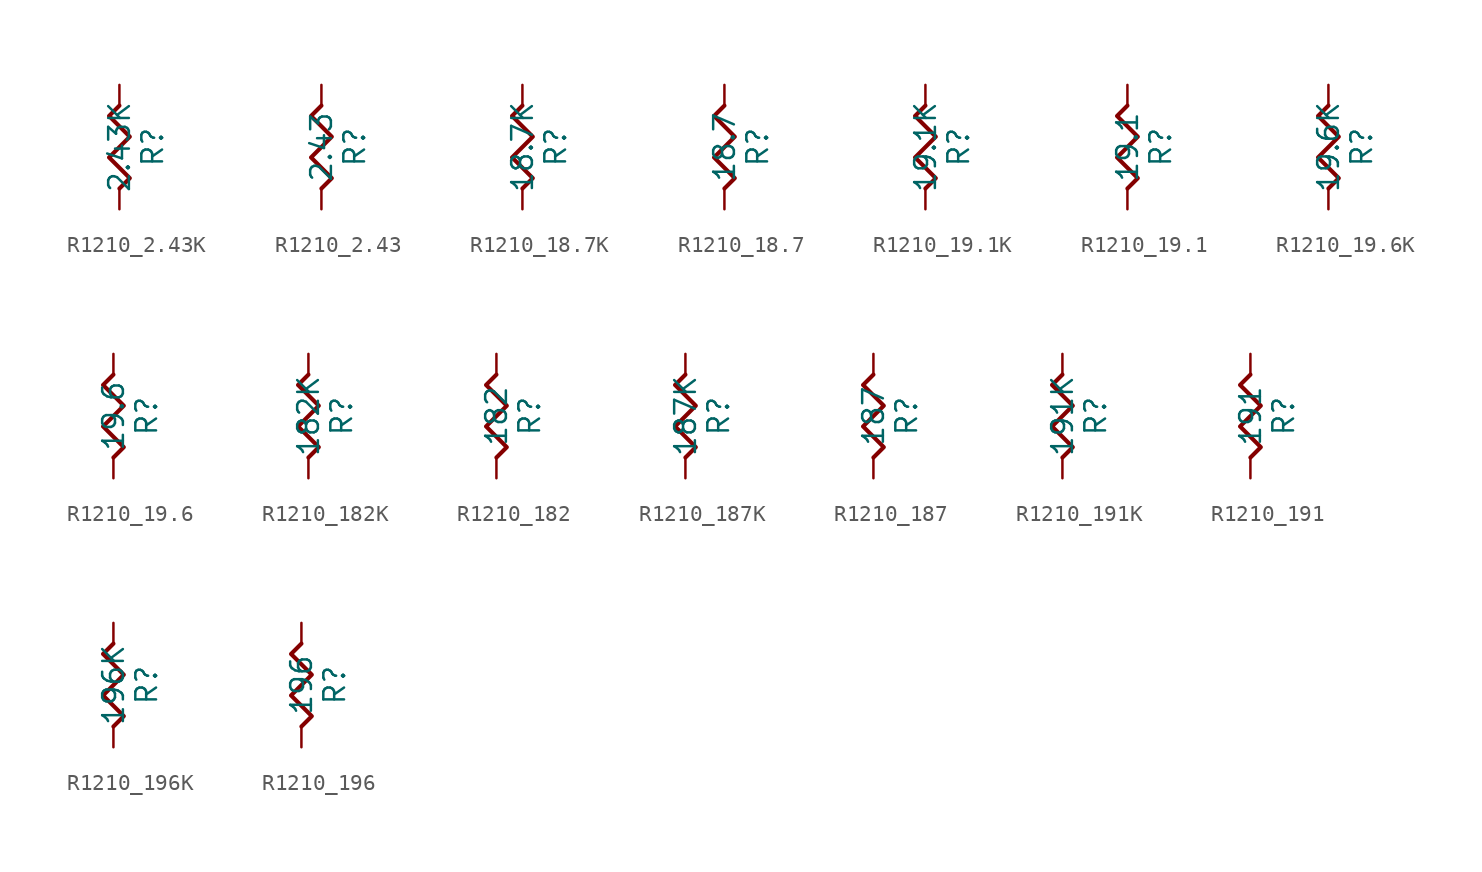
<source format=kicad_sym>
(kicad_symbol_lib
  (version 20211014)
  (generator atlantix-eda)
  (symbol "R1210_2.43K"
    (pin_numbers hide)
    (pin_names
      (offset 0))
    (property "Reference" "R"
      (at 2.032 0 90)
      (effects (font (size 1.27 1.27))))
    (property "Value" "2.43K"
      (at 0 0 90)
      (effects (font (size 1.27 1.27))))
    (symbol "R1210_2.43K_0_1"
      (polyline (pts (xy 0 -2.54) (xy 0.635 -1.905) (xy -0.635 -0.635) (xy 0.635 0.635) (xy -0.635 1.905) (xy 0 2.54)) (stroke (width 0.254) (type default) (color 0 0 0 0)) (fill (type none))))
    (symbol "R1210_2.43K_1_1"
      (pin passive line (at 0 3.81 270) (length 1.27) (name "~" (effects (font (size 1.27 1.27)))) (number "1" (effects (font (size 1.27 1.27)))))
      (pin passive line (at 0 -3.81 90) (length 1.27) (name "~" (effects (font (size 1.27 1.27)))) (number "2" (effects (font (size 1.27 1.27)))))))
  (symbol "R1210_2.43"
    (pin_numbers hide)
    (pin_names
      (offset 0))
    (property "Reference" "R"
      (at 2.032 0 90)
      (effects (font (size 1.27 1.27))))
    (property "Value" "2.43"
      (at 0 0 90)
      (effects (font (size 1.27 1.27))))
    (symbol "R1210_2.43_0_1"
      (polyline (pts (xy 0 -2.54) (xy 0.635 -1.905) (xy -0.635 -0.635) (xy 0.635 0.635) (xy -0.635 1.905) (xy 0 2.54)) (stroke (width 0.254) (type default) (color 0 0 0 0)) (fill (type none))))
    (symbol "R1210_2.43_1_1"
      (pin passive line (at 0 3.81 270) (length 1.27) (name "~" (effects (font (size 1.27 1.27)))) (number "1" (effects (font (size 1.27 1.27)))))
      (pin passive line (at 0 -3.81 90) (length 1.27) (name "~" (effects (font (size 1.27 1.27)))) (number "2" (effects (font (size 1.27 1.27)))))))
  (symbol "R1210_18.7K"
    (pin_numbers hide)
    (pin_names
      (offset 0))
    (property "Reference" "R"
      (at 2.032 0 90)
      (effects (font (size 1.27 1.27))))
    (property "Value" "18.7K"
      (at 0 0 90)
      (effects (font (size 1.27 1.27))))
    (symbol "R1210_18.7K_0_1"
      (polyline (pts (xy 0 -2.54) (xy 0.635 -1.905) (xy -0.635 -0.635) (xy 0.635 0.635) (xy -0.635 1.905) (xy 0 2.54)) (stroke (width 0.254) (type default) (color 0 0 0 0)) (fill (type none))))
    (symbol "R1210_18.7K_1_1"
      (pin passive line (at 0 3.81 270) (length 1.27) (name "~" (effects (font (size 1.27 1.27)))) (number "1" (effects (font (size 1.27 1.27)))))
      (pin passive line (at 0 -3.81 90) (length 1.27) (name "~" (effects (font (size 1.27 1.27)))) (number "2" (effects (font (size 1.27 1.27)))))))
  (symbol "R1210_18.7"
    (pin_numbers hide)
    (pin_names
      (offset 0))
    (property "Reference" "R"
      (at 2.032 0 90)
      (effects (font (size 1.27 1.27))))
    (property "Value" "18.7"
      (at 0 0 90)
      (effects (font (size 1.27 1.27))))
    (symbol "R1210_18.7_0_1"
      (polyline (pts (xy 0 -2.54) (xy 0.635 -1.905) (xy -0.635 -0.635) (xy 0.635 0.635) (xy -0.635 1.905) (xy 0 2.54)) (stroke (width 0.254) (type default) (color 0 0 0 0)) (fill (type none))))
    (symbol "R1210_18.7_1_1"
      (pin passive line (at 0 3.81 270) (length 1.27) (name "~" (effects (font (size 1.27 1.27)))) (number "1" (effects (font (size 1.27 1.27)))))
      (pin passive line (at 0 -3.81 90) (length 1.27) (name "~" (effects (font (size 1.27 1.27)))) (number "2" (effects (font (size 1.27 1.27)))))))
  (symbol "R1210_19.1K"
    (pin_numbers hide)
    (pin_names
      (offset 0))
    (property "Reference" "R"
      (at 2.032 0 90)
      (effects (font (size 1.27 1.27))))
    (property "Value" "19.1K"
      (at 0 0 90)
      (effects (font (size 1.27 1.27))))
    (symbol "R1210_19.1K_0_1"
      (polyline (pts (xy 0 -2.54) (xy 0.635 -1.905) (xy -0.635 -0.635) (xy 0.635 0.635) (xy -0.635 1.905) (xy 0 2.54)) (stroke (width 0.254) (type default) (color 0 0 0 0)) (fill (type none))))
    (symbol "R1210_19.1K_1_1"
      (pin passive line (at 0 3.81 270) (length 1.27) (name "~" (effects (font (size 1.27 1.27)))) (number "1" (effects (font (size 1.27 1.27)))))
      (pin passive line (at 0 -3.81 90) (length 1.27) (name "~" (effects (font (size 1.27 1.27)))) (number "2" (effects (font (size 1.27 1.27)))))))
  (symbol "R1210_19.1"
    (pin_numbers hide)
    (pin_names
      (offset 0))
    (property "Reference" "R"
      (at 2.032 0 90)
      (effects (font (size 1.27 1.27))))
    (property "Value" "19.1"
      (at 0 0 90)
      (effects (font (size 1.27 1.27))))
    (symbol "R1210_19.1_0_1"
      (polyline (pts (xy 0 -2.54) (xy 0.635 -1.905) (xy -0.635 -0.635) (xy 0.635 0.635) (xy -0.635 1.905) (xy 0 2.54)) (stroke (width 0.254) (type default) (color 0 0 0 0)) (fill (type none))))
    (symbol "R1210_19.1_1_1"
      (pin passive line (at 0 3.81 270) (length 1.27) (name "~" (effects (font (size 1.27 1.27)))) (number "1" (effects (font (size 1.27 1.27)))))
      (pin passive line (at 0 -3.81 90) (length 1.27) (name "~" (effects (font (size 1.27 1.27)))) (number "2" (effects (font (size 1.27 1.27)))))))
  (symbol "R1210_19.6K"
    (pin_numbers hide)
    (pin_names
      (offset 0))
    (property "Reference" "R"
      (at 2.032 0 90)
      (effects (font (size 1.27 1.27))))
    (property "Value" "19.6K"
      (at 0 0 90)
      (effects (font (size 1.27 1.27))))
    (symbol "R1210_19.6K_0_1"
      (polyline (pts (xy 0 -2.54) (xy 0.635 -1.905) (xy -0.635 -0.635) (xy 0.635 0.635) (xy -0.635 1.905) (xy 0 2.54)) (stroke (width 0.254) (type default) (color 0 0 0 0)) (fill (type none))))
    (symbol "R1210_19.6K_1_1"
      (pin passive line (at 0 3.81 270) (length 1.27) (name "~" (effects (font (size 1.27 1.27)))) (number "1" (effects (font (size 1.27 1.27)))))
      (pin passive line (at 0 -3.81 90) (length 1.27) (name "~" (effects (font (size 1.27 1.27)))) (number "2" (effects (font (size 1.27 1.27)))))))
  (symbol "R1210_19.6"
    (pin_numbers hide)
    (pin_names
      (offset 0))
    (property "Reference" "R"
      (at 2.032 0 90)
      (effects (font (size 1.27 1.27))))
    (property "Value" "19.6"
      (at 0 0 90)
      (effects (font (size 1.27 1.27))))
    (symbol "R1210_19.6_0_1"
      (polyline (pts (xy 0 -2.54) (xy 0.635 -1.905) (xy -0.635 -0.635) (xy 0.635 0.635) (xy -0.635 1.905) (xy 0 2.54)) (stroke (width 0.254) (type default) (color 0 0 0 0)) (fill (type none))))
    (symbol "R1210_19.6_1_1"
      (pin passive line (at 0 3.81 270) (length 1.27) (name "~" (effects (font (size 1.27 1.27)))) (number "1" (effects (font (size 1.27 1.27)))))
      (pin passive line (at 0 -3.81 90) (length 1.27) (name "~" (effects (font (size 1.27 1.27)))) (number "2" (effects (font (size 1.27 1.27)))))))
  (symbol "R1210_182K"
    (pin_numbers hide)
    (pin_names
      (offset 0))
    (property "Reference" "R"
      (at 2.032 0 90)
      (effects (font (size 1.27 1.27))))
    (property "Value" "182K"
      (at 0 0 90)
      (effects (font (size 1.27 1.27))))
    (symbol "R1210_182K_0_1"
      (polyline (pts (xy 0 -2.54) (xy 0.635 -1.905) (xy -0.635 -0.635) (xy 0.635 0.635) (xy -0.635 1.905) (xy 0 2.54)) (stroke (width 0.254) (type default) (color 0 0 0 0)) (fill (type none))))
    (symbol "R1210_182K_1_1"
      (pin passive line (at 0 3.81 270) (length 1.27) (name "~" (effects (font (size 1.27 1.27)))) (number "1" (effects (font (size 1.27 1.27)))))
      (pin passive line (at 0 -3.81 90) (length 1.27) (name "~" (effects (font (size 1.27 1.27)))) (number "2" (effects (font (size 1.27 1.27)))))))
  (symbol "R1210_182"
    (pin_numbers hide)
    (pin_names
      (offset 0))
    (property "Reference" "R"
      (at 2.032 0 90)
      (effects (font (size 1.27 1.27))))
    (property "Value" "182"
      (at 0 0 90)
      (effects (font (size 1.27 1.27))))
    (symbol "R1210_182_0_1"
      (polyline (pts (xy 0 -2.54) (xy 0.635 -1.905) (xy -0.635 -0.635) (xy 0.635 0.635) (xy -0.635 1.905) (xy 0 2.54)) (stroke (width 0.254) (type default) (color 0 0 0 0)) (fill (type none))))
    (symbol "R1210_182_1_1"
      (pin passive line (at 0 3.81 270) (length 1.27) (name "~" (effects (font (size 1.27 1.27)))) (number "1" (effects (font (size 1.27 1.27)))))
      (pin passive line (at 0 -3.81 90) (length 1.27) (name "~" (effects (font (size 1.27 1.27)))) (number "2" (effects (font (size 1.27 1.27)))))))
  (symbol "R1210_187K"
    (pin_numbers hide)
    (pin_names
      (offset 0))
    (property "Reference" "R"
      (at 2.032 0 90)
      (effects (font (size 1.27 1.27))))
    (property "Value" "187K"
      (at 0 0 90)
      (effects (font (size 1.27 1.27))))
    (symbol "R1210_187K_0_1"
      (polyline (pts (xy 0 -2.54) (xy 0.635 -1.905) (xy -0.635 -0.635) (xy 0.635 0.635) (xy -0.635 1.905) (xy 0 2.54)) (stroke (width 0.254) (type default) (color 0 0 0 0)) (fill (type none))))
    (symbol "R1210_187K_1_1"
      (pin passive line (at 0 3.81 270) (length 1.27) (name "~" (effects (font (size 1.27 1.27)))) (number "1" (effects (font (size 1.27 1.27)))))
      (pin passive line (at 0 -3.81 90) (length 1.27) (name "~" (effects (font (size 1.27 1.27)))) (number "2" (effects (font (size 1.27 1.27)))))))
  (symbol "R1210_187"
    (pin_numbers hide)
    (pin_names
      (offset 0))
    (property "Reference" "R"
      (at 2.032 0 90)
      (effects (font (size 1.27 1.27))))
    (property "Value" "187"
      (at 0 0 90)
      (effects (font (size 1.27 1.27))))
    (symbol "R1210_187_0_1"
      (polyline (pts (xy 0 -2.54) (xy 0.635 -1.905) (xy -0.635 -0.635) (xy 0.635 0.635) (xy -0.635 1.905) (xy 0 2.54)) (stroke (width 0.254) (type default) (color 0 0 0 0)) (fill (type none))))
    (symbol "R1210_187_1_1"
      (pin passive line (at 0 3.81 270) (length 1.27) (name "~" (effects (font (size 1.27 1.27)))) (number "1" (effects (font (size 1.27 1.27)))))
      (pin passive line (at 0 -3.81 90) (length 1.27) (name "~" (effects (font (size 1.27 1.27)))) (number "2" (effects (font (size 1.27 1.27)))))))
  (symbol "R1210_191K"
    (pin_numbers hide)
    (pin_names
      (offset 0))
    (property "Reference" "R"
      (at 2.032 0 90)
      (effects (font (size 1.27 1.27))))
    (property "Value" "191K"
      (at 0 0 90)
      (effects (font (size 1.27 1.27))))
    (symbol "R1210_191K_0_1"
      (polyline (pts (xy 0 -2.54) (xy 0.635 -1.905) (xy -0.635 -0.635) (xy 0.635 0.635) (xy -0.635 1.905) (xy 0 2.54)) (stroke (width 0.254) (type default) (color 0 0 0 0)) (fill (type none))))
    (symbol "R1210_191K_1_1"
      (pin passive line (at 0 3.81 270) (length 1.27) (name "~" (effects (font (size 1.27 1.27)))) (number "1" (effects (font (size 1.27 1.27)))))
      (pin passive line (at 0 -3.81 90) (length 1.27) (name "~" (effects (font (size 1.27 1.27)))) (number "2" (effects (font (size 1.27 1.27)))))))
  (symbol "R1210_191"
    (pin_numbers hide)
    (pin_names
      (offset 0))
    (property "Reference" "R"
      (at 2.032 0 90)
      (effects (font (size 1.27 1.27))))
    (property "Value" "191"
      (at 0 0 90)
      (effects (font (size 1.27 1.27))))
    (symbol "R1210_191_0_1"
      (polyline (pts (xy 0 -2.54) (xy 0.635 -1.905) (xy -0.635 -0.635) (xy 0.635 0.635) (xy -0.635 1.905) (xy 0 2.54)) (stroke (width 0.254) (type default) (color 0 0 0 0)) (fill (type none))))
    (symbol "R1210_191_1_1"
      (pin passive line (at 0 3.81 270) (length 1.27) (name "~" (effects (font (size 1.27 1.27)))) (number "1" (effects (font (size 1.27 1.27)))))
      (pin passive line (at 0 -3.81 90) (length 1.27) (name "~" (effects (font (size 1.27 1.27)))) (number "2" (effects (font (size 1.27 1.27)))))))
  (symbol "R1210_196K"
    (pin_numbers hide)
    (pin_names
      (offset 0))
    (property "Reference" "R"
      (at 2.032 0 90)
      (effects (font (size 1.27 1.27))))
    (property "Value" "196K"
      (at 0 0 90)
      (effects (font (size 1.27 1.27))))
    (symbol "R1210_196K_0_1"
      (polyline (pts (xy 0 -2.54) (xy 0.635 -1.905) (xy -0.635 -0.635) (xy 0.635 0.635) (xy -0.635 1.905) (xy 0 2.54)) (stroke (width 0.254) (type default) (color 0 0 0 0)) (fill (type none))))
    (symbol "R1210_196K_1_1"
      (pin passive line (at 0 3.81 270) (length 1.27) (name "~" (effects (font (size 1.27 1.27)))) (number "1" (effects (font (size 1.27 1.27)))))
      (pin passive line (at 0 -3.81 90) (length 1.27) (name "~" (effects (font (size 1.27 1.27)))) (number "2" (effects (font (size 1.27 1.27)))))))
  (symbol "R1210_196"
    (pin_numbers hide)
    (pin_names
      (offset 0))
    (property "Reference" "R"
      (at 2.032 0 90)
      (effects (font (size 1.27 1.27))))
    (property "Value" "196"
      (at 0 0 90)
      (effects (font (size 1.27 1.27))))
    (symbol "R1210_196_0_1"
      (polyline (pts (xy 0 -2.54) (xy 0.635 -1.905) (xy -0.635 -0.635) (xy 0.635 0.635) (xy -0.635 1.905) (xy 0 2.54)) (stroke (width 0.254) (type default) (color 0 0 0 0)) (fill (type none))))
    (symbol "R1210_196_1_1"
      (pin passive line (at 0 3.81 270) (length 1.27) (name "~" (effects (font (size 1.27 1.27)))) (number "1" (effects (font (size 1.27 1.27)))))
      (pin passive line (at 0 -3.81 90) (length 1.27) (name "~" (effects (font (size 1.27 1.27)))) (number "2" (effects (font (size 1.27 1.27))))))))
</source>
